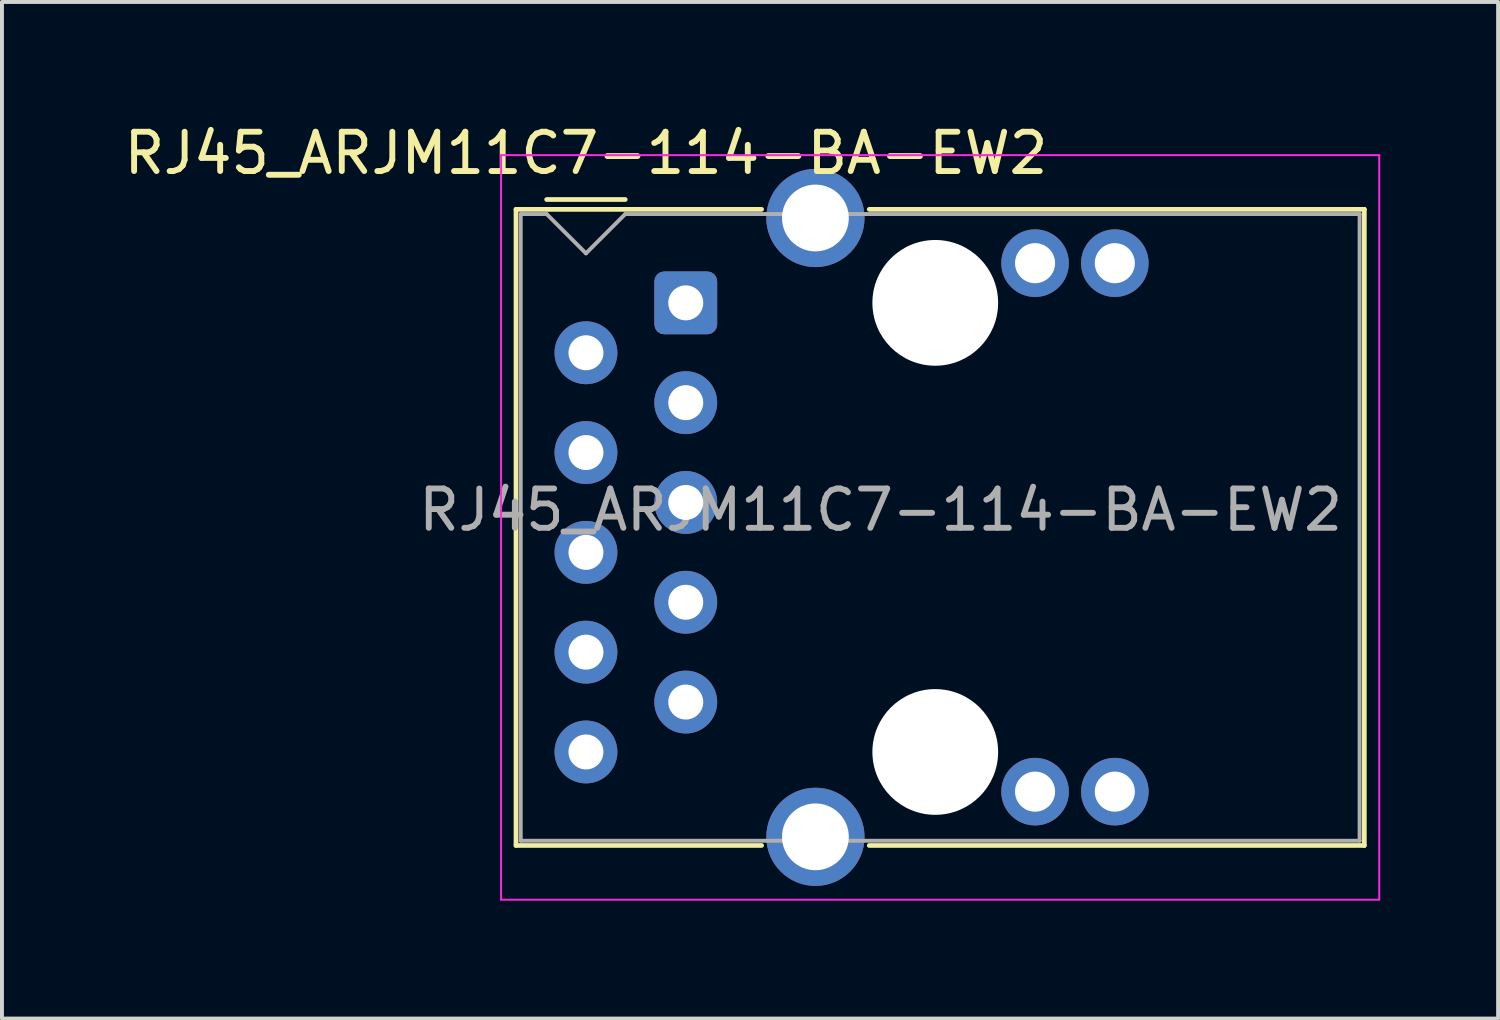
<source format=kicad_pcb>
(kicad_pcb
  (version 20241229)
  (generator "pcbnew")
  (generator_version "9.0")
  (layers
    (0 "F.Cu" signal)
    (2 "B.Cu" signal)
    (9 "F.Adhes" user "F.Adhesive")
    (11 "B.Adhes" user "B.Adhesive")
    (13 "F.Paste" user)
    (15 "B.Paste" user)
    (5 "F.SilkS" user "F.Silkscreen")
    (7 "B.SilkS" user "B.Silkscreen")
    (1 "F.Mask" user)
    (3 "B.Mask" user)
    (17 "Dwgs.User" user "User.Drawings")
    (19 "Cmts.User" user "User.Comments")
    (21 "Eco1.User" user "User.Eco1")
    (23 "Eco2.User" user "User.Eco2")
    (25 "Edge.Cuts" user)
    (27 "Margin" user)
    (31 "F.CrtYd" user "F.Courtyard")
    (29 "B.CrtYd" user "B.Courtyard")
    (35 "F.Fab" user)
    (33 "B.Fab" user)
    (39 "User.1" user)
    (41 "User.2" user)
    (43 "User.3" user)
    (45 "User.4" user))
  (footprint "RJ45_ARJM11C7-114-BA-EW2"
    (layer "F.Cu")
    (at 11.863 5.928)
    (property "Reference" "RJ45_ARJM11C7-114-BA-EW2" (at 0 -5.08 0) (layer "F.SilkS") (effects (font (size 1 1) (thickness 0.15))))
    (attr through_hole)
    (fp_line (start -1.78 -3.65) (end -1.78 12.54) (stroke (width 0.12) (type solid)) (layer "F.SilkS"))
    (fp_line (start -1.78 12.54) (end 4.47 12.54) (stroke (width 0.12) (type solid)) (layer "F.SilkS"))
    (fp_line (start -1 -3.9) (end 1 -3.9) (stroke (width 0.12) (type solid)) (layer "F.SilkS"))
    (fp_line (start 4.47 -3.65) (end -1.78 -3.65) (stroke (width 0.12) (type solid)) (layer "F.SilkS"))
    (fp_line (start 7.21 12.54) (end 19.81 12.54) (stroke (width 0.12) (type solid)) (layer "F.SilkS"))
    (fp_line (start 19.81 -3.65) (end 7.21 -3.65) (stroke (width 0.12) (type solid)) (layer "F.SilkS"))
    (fp_line (start 19.81 12.54) (end 19.81 -3.65) (stroke (width 0.12) (type solid)) (layer "F.SilkS"))
    (fp_line (start -2.16 -5.03) (end -2.16 13.92) (stroke (width 0.05) (type solid)) (layer "F.CrtYd"))
    (fp_line (start 20.19 -5.03) (end -2.16 -5.03) (stroke (width 0.05) (type solid)) (layer "F.CrtYd"))
    (fp_line (start 20.19 13.92) (end -2.16 13.92) (stroke (width 0.05) (type solid)) (layer "F.CrtYd"))
    (fp_line (start 20.19 13.92) (end 20.19 -5.03) (stroke (width 0.05) (type solid)) (layer "F.CrtYd"))
    (fp_line (start -1.66 -3.53) (end -1.66 12.42) (stroke (width 0.1) (type solid)) (layer "F.Fab"))
    (fp_line (start -1.66 12.42) (end 19.69 12.42) (stroke (width 0.1) (type solid)) (layer "F.Fab"))
    (fp_line (start -1 -3.53) (end -1.66 -3.53) (stroke (width 0.1) (type solid)) (layer "F.Fab"))
    (fp_line (start 0 -2.53) (end -1 -3.53) (stroke (width 0.1) (type solid)) (layer "F.Fab"))
    (fp_line (start 0 -2.53) (end 1 -3.53) (stroke (width 0.1) (type solid)) (layer "F.Fab"))
    (fp_line (start 19.69 -3.53) (end 1 -3.53) (stroke (width 0.1) (type solid)) (layer "F.Fab"))
    (fp_line (start 19.69 12.42) (end 19.69 -3.53) (stroke (width 0.1) (type solid)) (layer "F.Fab"))
    (fp_text user "${REFERENCE}" (at 7.5 4 0) (layer "F.Fab") (effects (font (size 1 1) (thickness 0.15))))
    (pad "" np_thru_hole circle (at 8.89 -1.27 90) (size 3.2 3.2) (drill 3.2) (layers "*.Cu" "*.Mask"))
    (pad "" np_thru_hole circle (at 8.89 10.16 90) (size 3.2 3.2) (drill 3.2) (layers "*.Cu" "*.Mask"))
    (pad "1" thru_hole roundrect (at 2.54 -1.27 90) (size 1.6 1.6) (drill 0.89) (layers "*.Cu" "*.Mask") (roundrect_rratio 0.156))
    (pad "2" thru_hole circle (at 0 0 90) (size 1.6 1.6) (drill 0.89) (layers "*.Cu" "*.Mask"))
    (pad "3" thru_hole circle (at 2.54 1.27 90) (size 1.6 1.6) (drill 0.89) (layers "*.Cu" "*.Mask"))
    (pad "4" thru_hole circle (at 0 2.54 90) (size 1.6 1.6) (drill 0.89) (layers "*.Cu" "*.Mask"))
    (pad "5" thru_hole circle (at 2.54 3.81 90) (size 1.6 1.6) (drill 0.89) (layers "*.Cu" "*.Mask"))
    (pad "6" thru_hole circle (at 0 5.08 90) (size 1.6 1.6) (drill 0.89) (layers "*.Cu" "*.Mask"))
    (pad "7" thru_hole circle (at 2.54 6.35 90) (size 1.6 1.6) (drill 0.89) (layers "*.Cu" "*.Mask"))
    (pad "8" thru_hole circle (at 0 7.62 90) (size 1.6 1.6) (drill 0.89) (layers "*.Cu" "*.Mask"))
    (pad "9" thru_hole circle (at 2.54 8.89 90) (size 1.6 1.6) (drill 0.89) (layers "*.Cu" "*.Mask"))
    (pad "10" thru_hole circle (at 0 10.16 90) (size 1.6 1.6) (drill 0.89) (layers "*.Cu" "*.Mask"))
    (pad "11" thru_hole circle (at 11.43 -2.28 90) (size 1.72 1.72) (drill 1.02) (layers "*.Cu" "*.Mask"))
    (pad "12" thru_hole circle (at 13.46 -2.28 90) (size 1.72 1.72) (drill 1.02) (layers "*.Cu" "*.Mask"))
    (pad "13" thru_hole circle (at 11.43 11.17 90) (size 1.72 1.72) (drill 1.02) (layers "*.Cu" "*.Mask"))
    (pad "14" thru_hole circle (at 13.46 11.17 90) (size 1.72 1.72) (drill 1.02) (layers "*.Cu" "*.Mask"))
    (pad "SH" thru_hole circle (at 5.84 -3.43 90) (size 2.5 2.5) (drill 1.7) (layers "*.Cu" "*.Mask"))
    (pad "SH" thru_hole circle (at 5.84 12.32 90) (size 2.5 2.5) (drill 1.7) (layers "*.Cu" "*.Mask")))
  (gr_rect
    (start -3 -3)
    (end 35.078 22.873)
    (stroke (width 0.1) (type default))
    (fill no)
    (layer "Edge.Cuts")))
</source>
